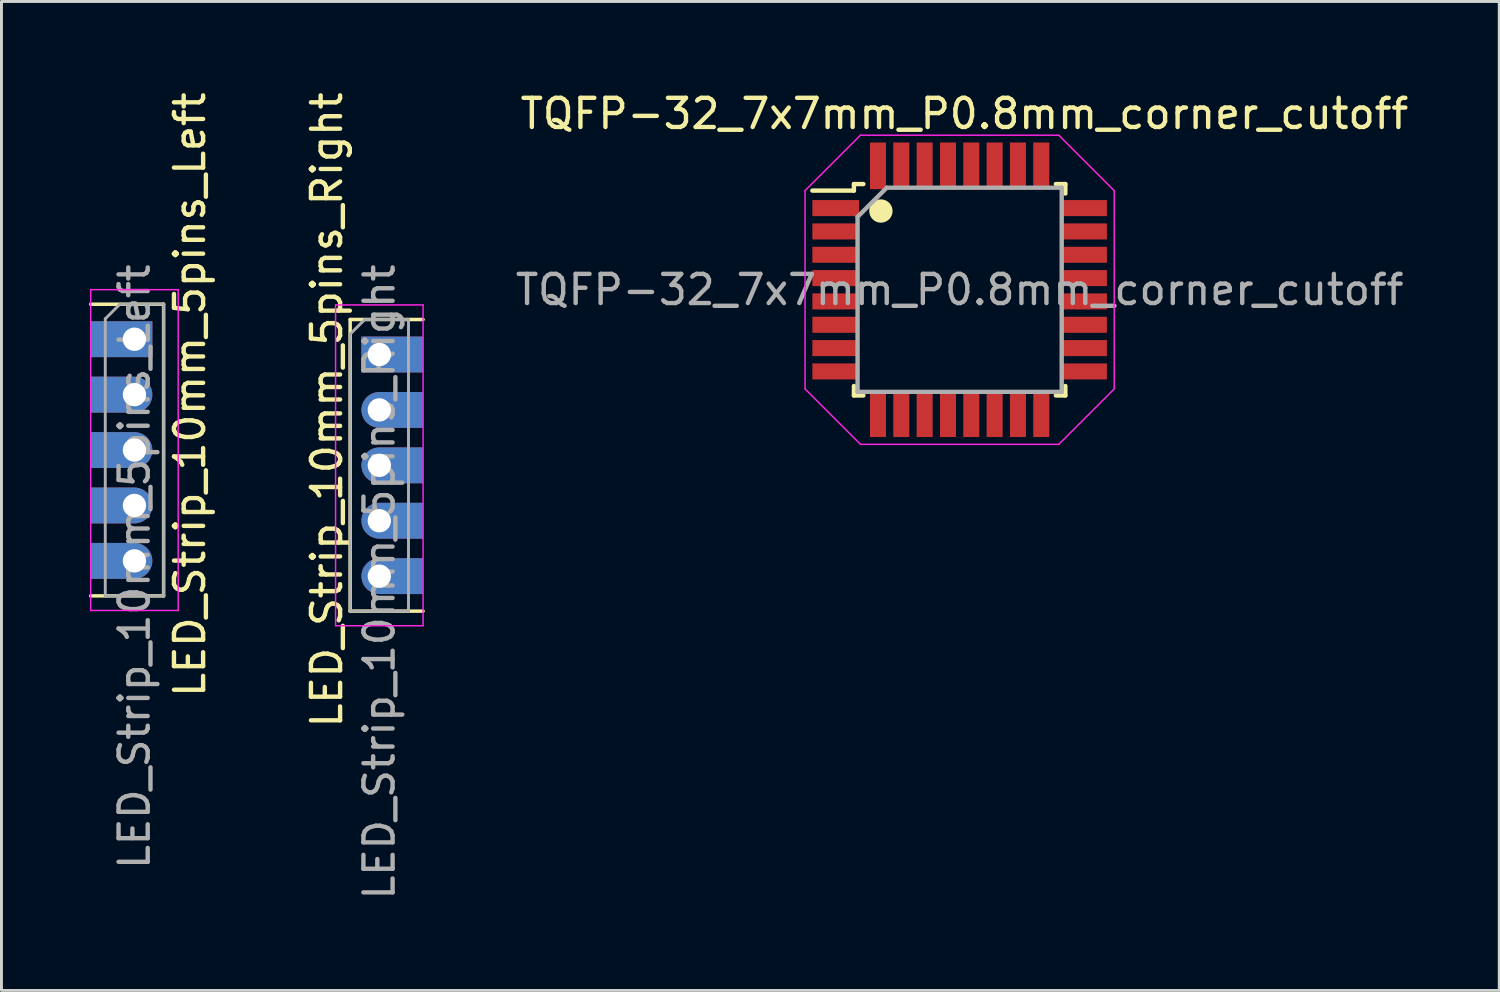
<source format=kicad_pcb>
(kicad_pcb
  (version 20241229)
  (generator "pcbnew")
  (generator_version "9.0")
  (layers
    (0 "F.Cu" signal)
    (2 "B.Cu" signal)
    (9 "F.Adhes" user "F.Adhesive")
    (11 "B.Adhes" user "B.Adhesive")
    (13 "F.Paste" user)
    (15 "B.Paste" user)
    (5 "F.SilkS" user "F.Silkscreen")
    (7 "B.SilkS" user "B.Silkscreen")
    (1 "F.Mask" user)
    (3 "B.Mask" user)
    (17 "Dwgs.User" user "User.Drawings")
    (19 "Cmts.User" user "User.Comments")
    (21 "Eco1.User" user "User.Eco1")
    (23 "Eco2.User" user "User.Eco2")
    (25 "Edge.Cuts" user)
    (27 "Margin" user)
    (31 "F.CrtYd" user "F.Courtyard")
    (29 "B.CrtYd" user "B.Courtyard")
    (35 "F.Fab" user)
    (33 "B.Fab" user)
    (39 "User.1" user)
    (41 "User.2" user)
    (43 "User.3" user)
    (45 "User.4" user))
  (footprint "TQFP-32_7x7mm_P0.8mm_corner_cutoff"
    (layer "F.Cu")
    (at 29.856 6.886)
    (property "Reference" "TQFP-32_7x7mm_P0.8mm_corner_cutoff" (at 0.164 -6.037 0) (layer "F.SilkS") (effects (font (size 1 1) (thickness 0.15))))
    (attr smd)
    (fp_line (start -3.625 -3.625) (end -3.625 -3.4) (stroke (width 0.15) (type solid)) (layer "F.SilkS"))
    (fp_line (start -3.625 -3.625) (end -3.3 -3.625) (stroke (width 0.15) (type solid)) (layer "F.SilkS"))
    (fp_line (start -3.625 -3.4) (end -5.05 -3.4) (stroke (width 0.15) (type solid)) (layer "F.SilkS"))
    (fp_line (start -3.625 3.625) (end -3.625 3.3) (stroke (width 0.15) (type solid)) (layer "F.SilkS"))
    (fp_line (start -3.625 3.625) (end -3.3 3.625) (stroke (width 0.15) (type solid)) (layer "F.SilkS"))
    (fp_line (start 3.625 -3.625) (end 3.3 -3.625) (stroke (width 0.15) (type solid)) (layer "F.SilkS"))
    (fp_line (start 3.625 -3.625) (end 3.625 -3.3) (stroke (width 0.15) (type solid)) (layer "F.SilkS"))
    (fp_line (start 3.625 3.625) (end 3.3 3.625) (stroke (width 0.15) (type solid)) (layer "F.SilkS"))
    (fp_line (start 3.625 3.625) (end 3.625 3.3) (stroke (width 0.15) (type solid)) (layer "F.SilkS"))
    (fp_circle (center -2.7 -2.7) (end -2.5 -2.7) (stroke (width 0.4) (type solid)) (fill no) (layer "F.SilkS"))
    (fp_line (start -5.3 -3.4) (end -5.3 3.4) (stroke (width 0.05) (type solid)) (layer "F.CrtYd"))
    (fp_line (start -5.3 -3.4) (end -3.4 -5.3) (stroke (width 0.05) (type solid)) (layer "F.CrtYd"))
    (fp_line (start -3.4 -5.3) (end 3.4 -5.3) (stroke (width 0.05) (type solid)) (layer "F.CrtYd"))
    (fp_line (start -3.4 5.3) (end -5.3 3.4) (stroke (width 0.05) (type solid)) (layer "F.CrtYd"))
    (fp_line (start -3.4 5.3) (end 3.4 5.3) (stroke (width 0.05) (type solid)) (layer "F.CrtYd"))
    (fp_line (start 3.4 -5.3) (end 5.3 -3.4) (stroke (width 0.05) (type solid)) (layer "F.CrtYd"))
    (fp_line (start 5.3 -3.4) (end 5.3 3.4) (stroke (width 0.05) (type solid)) (layer "F.CrtYd"))
    (fp_line (start 5.3 3.4) (end 3.4 5.3) (stroke (width 0.05) (type solid)) (layer "F.CrtYd"))
    (fp_line (start -3.5 -2.5) (end -2.5 -3.5) (stroke (width 0.15) (type solid)) (layer "F.Fab"))
    (fp_line (start -3.5 3.5) (end -3.5 -2.5) (stroke (width 0.15) (type solid)) (layer "F.Fab"))
    (fp_line (start -2.5 -3.5) (end 3.5 -3.5) (stroke (width 0.15) (type solid)) (layer "F.Fab"))
    (fp_line (start 3.5 -3.5) (end 3.5 3.5) (stroke (width 0.15) (type solid)) (layer "F.Fab"))
    (fp_line (start 3.5 3.5) (end -3.5 3.5) (stroke (width 0.15) (type solid)) (layer "F.Fab"))
    (fp_text user "${REFERENCE}" (at 0 0 0) (layer "F.Fab") (effects (font (size 1 1) (thickness 0.15))))
    (pad "1" smd rect (at -4.25 -2.8) (size 1.6 0.55) (layers "F.Cu" "F.Mask" "F.Paste"))
    (pad "2" smd rect (at -4.25 -2) (size 1.6 0.55) (layers "F.Cu" "F.Mask" "F.Paste"))
    (pad "3" smd rect (at -4.25 -1.2) (size 1.6 0.55) (layers "F.Cu" "F.Mask" "F.Paste"))
    (pad "4" smd rect (at -4.25 -0.4) (size 1.6 0.55) (layers "F.Cu" "F.Mask" "F.Paste"))
    (pad "5" smd rect (at -4.25 0.4) (size 1.6 0.55) (layers "F.Cu" "F.Mask" "F.Paste"))
    (pad "6" smd rect (at -4.25 1.2) (size 1.6 0.55) (layers "F.Cu" "F.Mask" "F.Paste"))
    (pad "7" smd rect (at -4.25 2) (size 1.6 0.55) (layers "F.Cu" "F.Mask" "F.Paste"))
    (pad "8" smd rect (at -4.25 2.8) (size 1.6 0.55) (layers "F.Cu" "F.Mask" "F.Paste"))
    (pad "9" smd rect (at -2.8 4.25 90) (size 1.6 0.55) (layers "F.Cu" "F.Mask" "F.Paste"))
    (pad "10" smd rect (at -2 4.25 90) (size 1.6 0.55) (layers "F.Cu" "F.Mask" "F.Paste"))
    (pad "11" smd rect (at -1.2 4.25 90) (size 1.6 0.55) (layers "F.Cu" "F.Mask" "F.Paste"))
    (pad "12" smd rect (at -0.4 4.25 90) (size 1.6 0.55) (layers "F.Cu" "F.Mask" "F.Paste"))
    (pad "13" smd rect (at 0.4 4.25 90) (size 1.6 0.55) (layers "F.Cu" "F.Mask" "F.Paste"))
    (pad "14" smd rect (at 1.2 4.25 90) (size 1.6 0.55) (layers "F.Cu" "F.Mask" "F.Paste"))
    (pad "15" smd rect (at 2 4.25 90) (size 1.6 0.55) (layers "F.Cu" "F.Mask" "F.Paste"))
    (pad "16" smd rect (at 2.8 4.25 90) (size 1.6 0.55) (layers "F.Cu" "F.Mask" "F.Paste"))
    (pad "17" smd rect (at 4.25 2.8) (size 1.6 0.55) (layers "F.Cu" "F.Mask" "F.Paste"))
    (pad "18" smd rect (at 4.25 2) (size 1.6 0.55) (layers "F.Cu" "F.Mask" "F.Paste"))
    (pad "19" smd rect (at 4.25 1.2) (size 1.6 0.55) (layers "F.Cu" "F.Mask" "F.Paste"))
    (pad "20" smd rect (at 4.25 0.4) (size 1.6 0.55) (layers "F.Cu" "F.Mask" "F.Paste"))
    (pad "21" smd rect (at 4.25 -0.4) (size 1.6 0.55) (layers "F.Cu" "F.Mask" "F.Paste"))
    (pad "22" smd rect (at 4.25 -1.2) (size 1.6 0.55) (layers "F.Cu" "F.Mask" "F.Paste"))
    (pad "23" smd rect (at 4.25 -2) (size 1.6 0.55) (layers "F.Cu" "F.Mask" "F.Paste"))
    (pad "24" smd rect (at 4.25 -2.8) (size 1.6 0.55) (layers "F.Cu" "F.Mask" "F.Paste"))
    (pad "25" smd rect (at 2.8 -4.25 90) (size 1.6 0.55) (layers "F.Cu" "F.Mask" "F.Paste"))
    (pad "26" smd rect (at 2 -4.25 90) (size 1.6 0.55) (layers "F.Cu" "F.Mask" "F.Paste"))
    (pad "27" smd rect (at 1.2 -4.25 90) (size 1.6 0.55) (layers "F.Cu" "F.Mask" "F.Paste"))
    (pad "28" smd rect (at 0.4 -4.25 90) (size 1.6 0.55) (layers "F.Cu" "F.Mask" "F.Paste"))
    (pad "29" smd rect (at -0.4 -4.25 90) (size 1.6 0.55) (layers "F.Cu" "F.Mask" "F.Paste"))
    (pad "30" smd rect (at -1.2 -4.25 90) (size 1.6 0.55) (layers "F.Cu" "F.Mask" "F.Paste"))
    (pad "31" smd rect (at -2 -4.25 90) (size 1.6 0.55) (layers "F.Cu" "F.Mask" "F.Paste"))
    (pad "32" smd rect (at -2.8 -4.25 90) (size 1.6 0.55) (layers "F.Cu" "F.Mask" "F.Paste")))
  (footprint "LED_Strip_10mm_5pins_Left"
    (layer "F.Cu")
    (at 1.56 12.382)
    (property "Reference" "LED_Strip_10mm_5pins_Left" (at 1.9 -1.9 90) (layer "F.SilkS") (effects (font (size 1 1) (thickness 0.15))))
    (attr through_hole)
    (fp_line (start -1.5 -5) (end 1 -5) (stroke (width 0.12) (type solid)) (layer "F.SilkS"))
    (fp_line (start -1.5 5) (end 1 5) (stroke (width 0.12) (type solid)) (layer "F.SilkS"))
    (fp_line (start 1 -5) (end 1 5) (stroke (width 0.12) (type solid)) (layer "F.SilkS"))
    (fp_line (start -1.5 -5.5) (end -1.5 5.5) (stroke (width 0.05) (type solid)) (layer "F.CrtYd"))
    (fp_line (start -1.5 5.5) (end 1.5 5.5) (stroke (width 0.05) (type solid)) (layer "F.CrtYd"))
    (fp_line (start 1.5 -5.5) (end -1.5 -5.5) (stroke (width 0.05) (type solid)) (layer "F.CrtYd"))
    (fp_line (start 1.5 5.5) (end 1.5 -5.5) (stroke (width 0.05) (type solid)) (layer "F.CrtYd"))
    (fp_line (start -1 -4.5) (end -0.5 -5) (stroke (width 0.1) (type solid)) (layer "F.Fab"))
    (fp_line (start -1 5) (end -1 -4.5) (stroke (width 0.1) (type solid)) (layer "F.Fab"))
    (fp_line (start -0.5 -5) (end 1 -5) (stroke (width 0.1) (type solid)) (layer "F.Fab"))
    (fp_line (start 1 -5) (end 1 5) (stroke (width 0.1) (type solid)) (layer "F.Fab"))
    (fp_line (start 1 5) (end -1 5) (stroke (width 0.1) (type solid)) (layer "F.Fab"))
    (fp_text user "${REFERENCE}" (at 0 4 90) (layer "F.Fab") (effects (font (size 1 1) (thickness 0.15))))
    (pad "1" thru_hole custom (at 0 -3.8) (size 1.23 1.23) (drill 0.8) (layers "*.Cu" "*.Mask") (options (anchor rect)) (primitives (gr_poly (pts (xy 0 0.615) (xy 0 -0.615) (xy -1.5 -0.615) (xy -1.5 0.615)) (width 0) (fill yes))))
    (pad "2" thru_hole custom (at 0 -1.9) (size 1.23 1.23) (drill 0.8) (layers "*.Cu" "*.Mask") (options (anchor circle)) (primitives (gr_poly (pts (xy 0 0.615) (xy 0 -0.615) (xy -1.5 -0.615) (xy -1.5 0.615)) (width 0) (fill yes))))
    (pad "3" thru_hole custom (at 0 0) (size 1.23 1.23) (drill 0.8) (layers "*.Cu" "*.Mask") (options (anchor circle)) (primitives (gr_poly (pts (xy 0 0.615) (xy 0 -0.615) (xy -1.5 -0.615) (xy -1.5 0.615)) (width 0) (fill yes))))
    (pad "4" thru_hole custom (at 0 1.9) (size 1.23 1.23) (drill 0.8) (layers "*.Cu" "*.Mask") (options (anchor circle)) (primitives (gr_poly (pts (xy 0 0.615) (xy 0 -0.615) (xy -1.5 -0.615) (xy -1.5 0.615)) (width 0) (fill yes))))
    (pad "5" thru_hole custom (at 0 3.8) (size 1.23 1.23) (drill 0.8) (layers "*.Cu" "*.Mask") (options (anchor circle)) (primitives (gr_poly (pts (xy 0 0.615) (xy 0 -0.615) (xy -1.5 -0.615) (xy -1.5 0.615)) (width 0) (fill yes)))))
  (footprint "LED_Strip_10mm_5pins_Right"
    (layer "F.Cu")
    (at 9.957 12.906)
    (property "Reference" "LED_Strip_10mm_5pins_Right" (at -1.8 -1.9 90) (layer "F.SilkS") (effects (font (size 1 1) (thickness 0.15))))
    (attr through_hole)
    (fp_line (start -1 5) (end -1 -5) (stroke (width 0.12) (type solid)) (layer "F.SilkS"))
    (fp_line (start 1.5 -5) (end -1 -5) (stroke (width 0.12) (type solid)) (layer "F.SilkS"))
    (fp_line (start 1.5 5) (end -1 5) (stroke (width 0.12) (type solid)) (layer "F.SilkS"))
    (fp_line (start -1.5 -5.5) (end -1.5 5.5) (stroke (width 0.05) (type solid)) (layer "F.CrtYd"))
    (fp_line (start -1.5 5.5) (end 1.5 5.5) (stroke (width 0.05) (type solid)) (layer "F.CrtYd"))
    (fp_line (start 1.5 -5.5) (end -1.5 -5.5) (stroke (width 0.05) (type solid)) (layer "F.CrtYd"))
    (fp_line (start 1.5 5.5) (end 1.5 -5.5) (stroke (width 0.05) (type solid)) (layer "F.CrtYd"))
    (fp_line (start -1 -4.5) (end -0.5 -5) (stroke (width 0.1) (type solid)) (layer "F.Fab"))
    (fp_line (start -1 5) (end -1 -4.5) (stroke (width 0.1) (type solid)) (layer "F.Fab"))
    (fp_line (start -0.5 -5) (end 1 -5) (stroke (width 0.1) (type solid)) (layer "F.Fab"))
    (fp_line (start 1 -5) (end 1 5) (stroke (width 0.1) (type solid)) (layer "F.Fab"))
    (fp_line (start 1 5) (end -1 5) (stroke (width 0.1) (type solid)) (layer "F.Fab"))
    (fp_text user "${REFERENCE}" (at 0 4 90) (layer "F.Fab") (effects (font (size 1 1) (thickness 0.15))))
    (pad "1" thru_hole custom (at 0 -3.8 180) (size 1.23 1.23) (drill 0.8) (layers "*.Cu" "*.Mask") (options (anchor rect)) (primitives (gr_poly (pts (xy 0 0.615) (xy 0 -0.615) (xy -1.5 -0.615) (xy -1.5 0.615)) (width 0) (fill yes))))
    (pad "2" thru_hole custom (at 0 -1.9 180) (size 1.23 1.23) (drill 0.8) (layers "*.Cu" "*.Mask") (options (anchor circle)) (primitives (gr_poly (pts (xy 0 0.615) (xy 0 -0.615) (xy -1.5 -0.615) (xy -1.5 0.615)) (width 0) (fill yes))))
    (pad "3" thru_hole custom (at 0 0 180) (size 1.23 1.23) (drill 0.8) (layers "*.Cu" "*.Mask") (options (anchor circle)) (primitives (gr_poly (pts (xy 0 0.615) (xy 0 -0.615) (xy -1.5 -0.615) (xy -1.5 0.615)) (width 0) (fill yes))))
    (pad "4" thru_hole custom (at 0 1.9 180) (size 1.23 1.23) (drill 0.8) (layers "*.Cu" "*.Mask") (options (anchor circle)) (primitives (gr_poly (pts (xy 0 0.615) (xy 0 -0.615) (xy -1.5 -0.615) (xy -1.5 0.615)) (width 0) (fill yes))))
    (pad "5" thru_hole custom (at 0 3.8 180) (size 1.23 1.23) (drill 0.8) (layers "*.Cu" "*.Mask") (options (anchor circle)) (primitives (gr_poly (pts (xy 0 0.615) (xy 0 -0.615) (xy -1.5 -0.615) (xy -1.5 0.615)) (width 0) (fill yes)))))
  (gr_rect
    (start -3 -3)
    (end 48.359 30.912)
    (stroke (width 0.1) (type default))
    (fill no)
    (layer "Edge.Cuts")))
</source>
